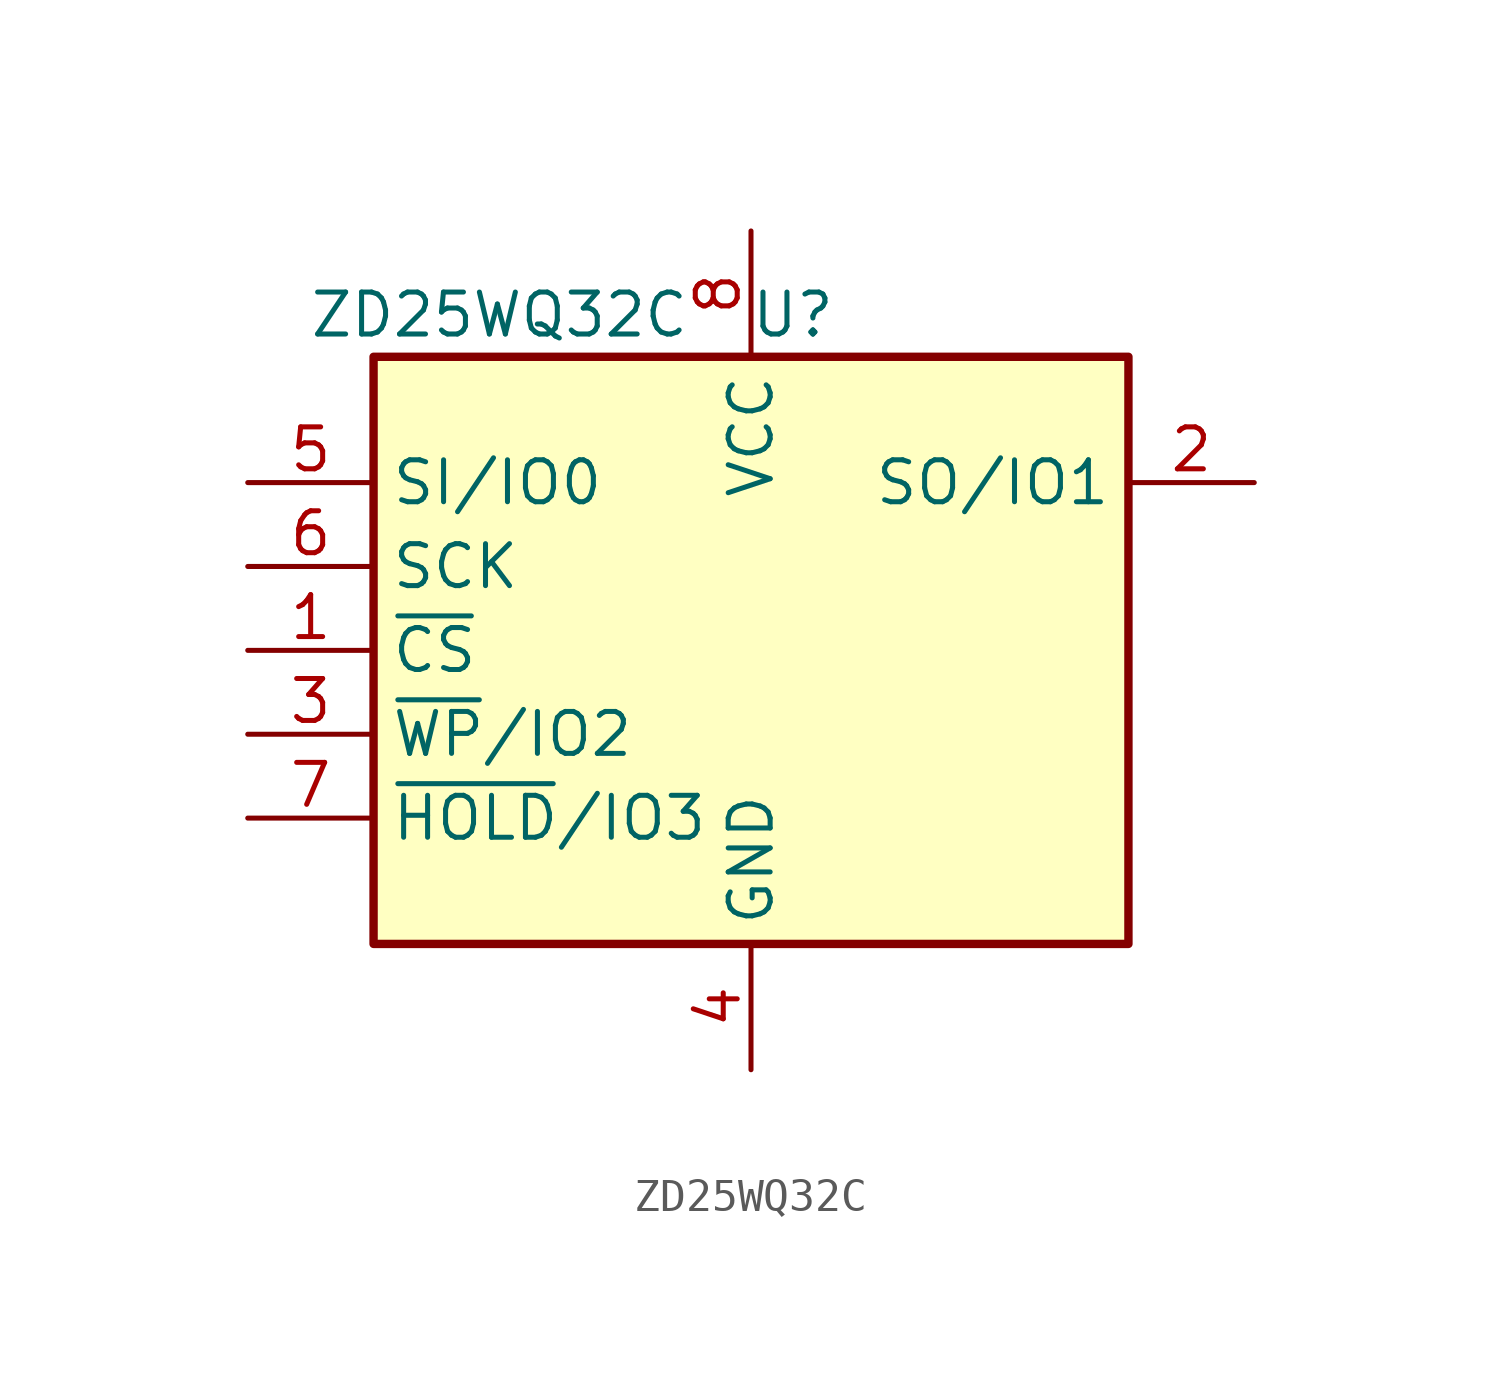
<source format=kicad_sym>
(kicad_symbol_lib
  (version 20211014)
  (generator kicad_symbol_editor)
  (symbol "ZD25WQ32C"
    (property "Reference" "U"
      (at 1.27 -1.27 0)
      (effects (font (size 1.27 1.27))))
    (property "Value" "ZD25WQ32C"
      (at -7.62 -1.27 0)
      (effects (font (size 1.27 1.27))))
    (symbol "ZD25WQ32C_1_1"
      (rectangle (start -11.43 -2.54) (end 11.43 -20.32) (stroke (width 0.254) (type default) (color 0 0 0 0)) (fill (type background)))
      (pin input line (at -15.24 -11.43 0) (length 3.81) (name "~{CS}" (effects (font (size 1.27 1.27)))) (number "1" (effects (font (size 1.27 1.27)))))
      (pin bidirectional line (at 15.24 -6.35 180) (length 3.81) (name "SO/IO1" (effects (font (size 1.27 1.27)))) (number "2" (effects (font (size 1.27 1.27)))))
      (pin bidirectional line (at -15.24 -13.97 0) (length 3.81) (name "~{WP}/IO2" (effects (font (size 1.27 1.27)))) (number "3" (effects (font (size 1.27 1.27)))))
      (pin power_in line (at 0 -24.13 90) (length 3.81) (name "GND" (effects (font (size 1.27 1.27)))) (number "4" (effects (font (size 1.27 1.27)))))
      (pin bidirectional line (at -15.24 -6.35 0) (length 3.81) (name "SI/IO0" (effects (font (size 1.27 1.27)))) (number "5" (effects (font (size 1.27 1.27)))))
      (pin input line (at -15.24 -8.89 0) (length 3.81) (name "SCK" (effects (font (size 1.27 1.27)))) (number "6" (effects (font (size 1.27 1.27)))))
      (pin bidirectional line (at -15.24 -16.51 0) (length 3.81) (name "~{HOLD}/IO3" (effects (font (size 1.27 1.27)))) (number "7" (effects (font (size 1.27 1.27)))))
      (pin power_in line (at 0 1.27 270) (length 3.81) (name "VCC" (effects (font (size 1.27 1.27)))) (number "8" (effects (font (size 1.27 1.27))))))))
</source>
